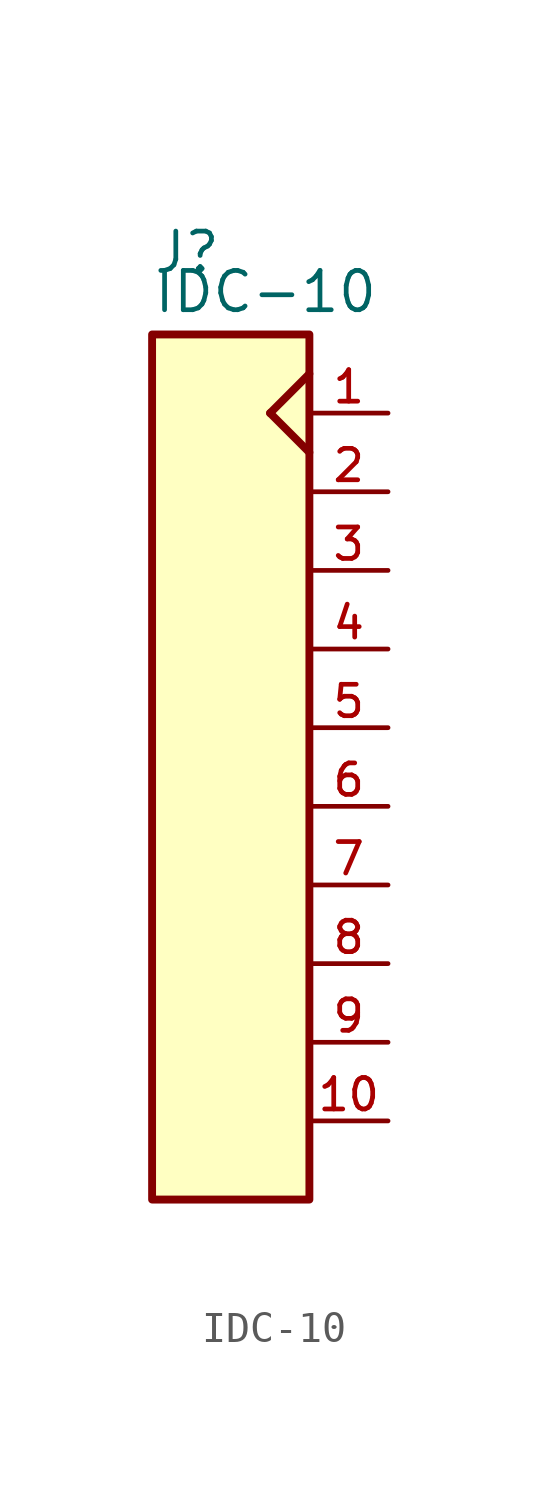
<source format=kicad_sym>
(kicad_symbol_lib
  (version 20211014)
  (generator kicad_symbol_editor)
  (symbol "IDC-10"
    (pin_names
      (offset 1.016))
    (property "Reference" "J"
      (at -7.62 4.445 0)
      (effects (font (size 1.27 1.27)) (justify bottom left)))
    (property "Value" "IDC-10"
      (at -7.62 3.175 0)
      (effects (font (size 1.27 1.27)) (justify bottom left)))
    (symbol "IDC-10_0_0"
      (polyline (pts (xy -2.54 1.27) (xy -3.81 0.0)) (stroke (width 0.254)))
      (polyline (pts (xy -3.81 0.0) (xy -2.54 -1.27)) (stroke (width 0.254)))
      (rectangle (start -7.62 -25.4) (end -2.54 2.54) (stroke (width 0.254)) (fill (type background)))
      (pin passive line (at 0.0 0.0 180.0) (length 2.54) (name "~" (effects (font (size 1.016 1.016)))) (number "1" (effects (font (size 1.016 1.016)))))
      (pin passive line (at 0.0 -2.54 180.0) (length 2.54) (name "~" (effects (font (size 1.016 1.016)))) (number "2" (effects (font (size 1.016 1.016)))))
      (pin passive line (at 0.0 -5.08 180.0) (length 2.54) (name "~" (effects (font (size 1.016 1.016)))) (number "3" (effects (font (size 1.016 1.016)))))
      (pin passive line (at 0.0 -7.62 180.0) (length 2.54) (name "~" (effects (font (size 1.016 1.016)))) (number "4" (effects (font (size 1.016 1.016)))))
      (pin passive line (at 0.0 -10.16 180.0) (length 2.54) (name "~" (effects (font (size 1.016 1.016)))) (number "5" (effects (font (size 1.016 1.016)))))
      (pin passive line (at 0.0 -12.7 180.0) (length 2.54) (name "~" (effects (font (size 1.016 1.016)))) (number "6" (effects (font (size 1.016 1.016)))))
      (pin passive line (at 0.0 -15.24 180.0) (length 2.54) (name "~" (effects (font (size 1.016 1.016)))) (number "7" (effects (font (size 1.016 1.016)))))
      (pin passive line (at 0.0 -17.78 180.0) (length 2.54) (name "~" (effects (font (size 1.016 1.016)))) (number "8" (effects (font (size 1.016 1.016)))))
      (pin passive line (at 0.0 -20.32 180.0) (length 2.54) (name "~" (effects (font (size 1.016 1.016)))) (number "9" (effects (font (size 1.016 1.016)))))
      (pin passive line (at 0.0 -22.86 180.0) (length 2.54) (name "~" (effects (font (size 1.016 1.016)))) (number "10" (effects (font (size 1.016 1.016))))))))
</source>
